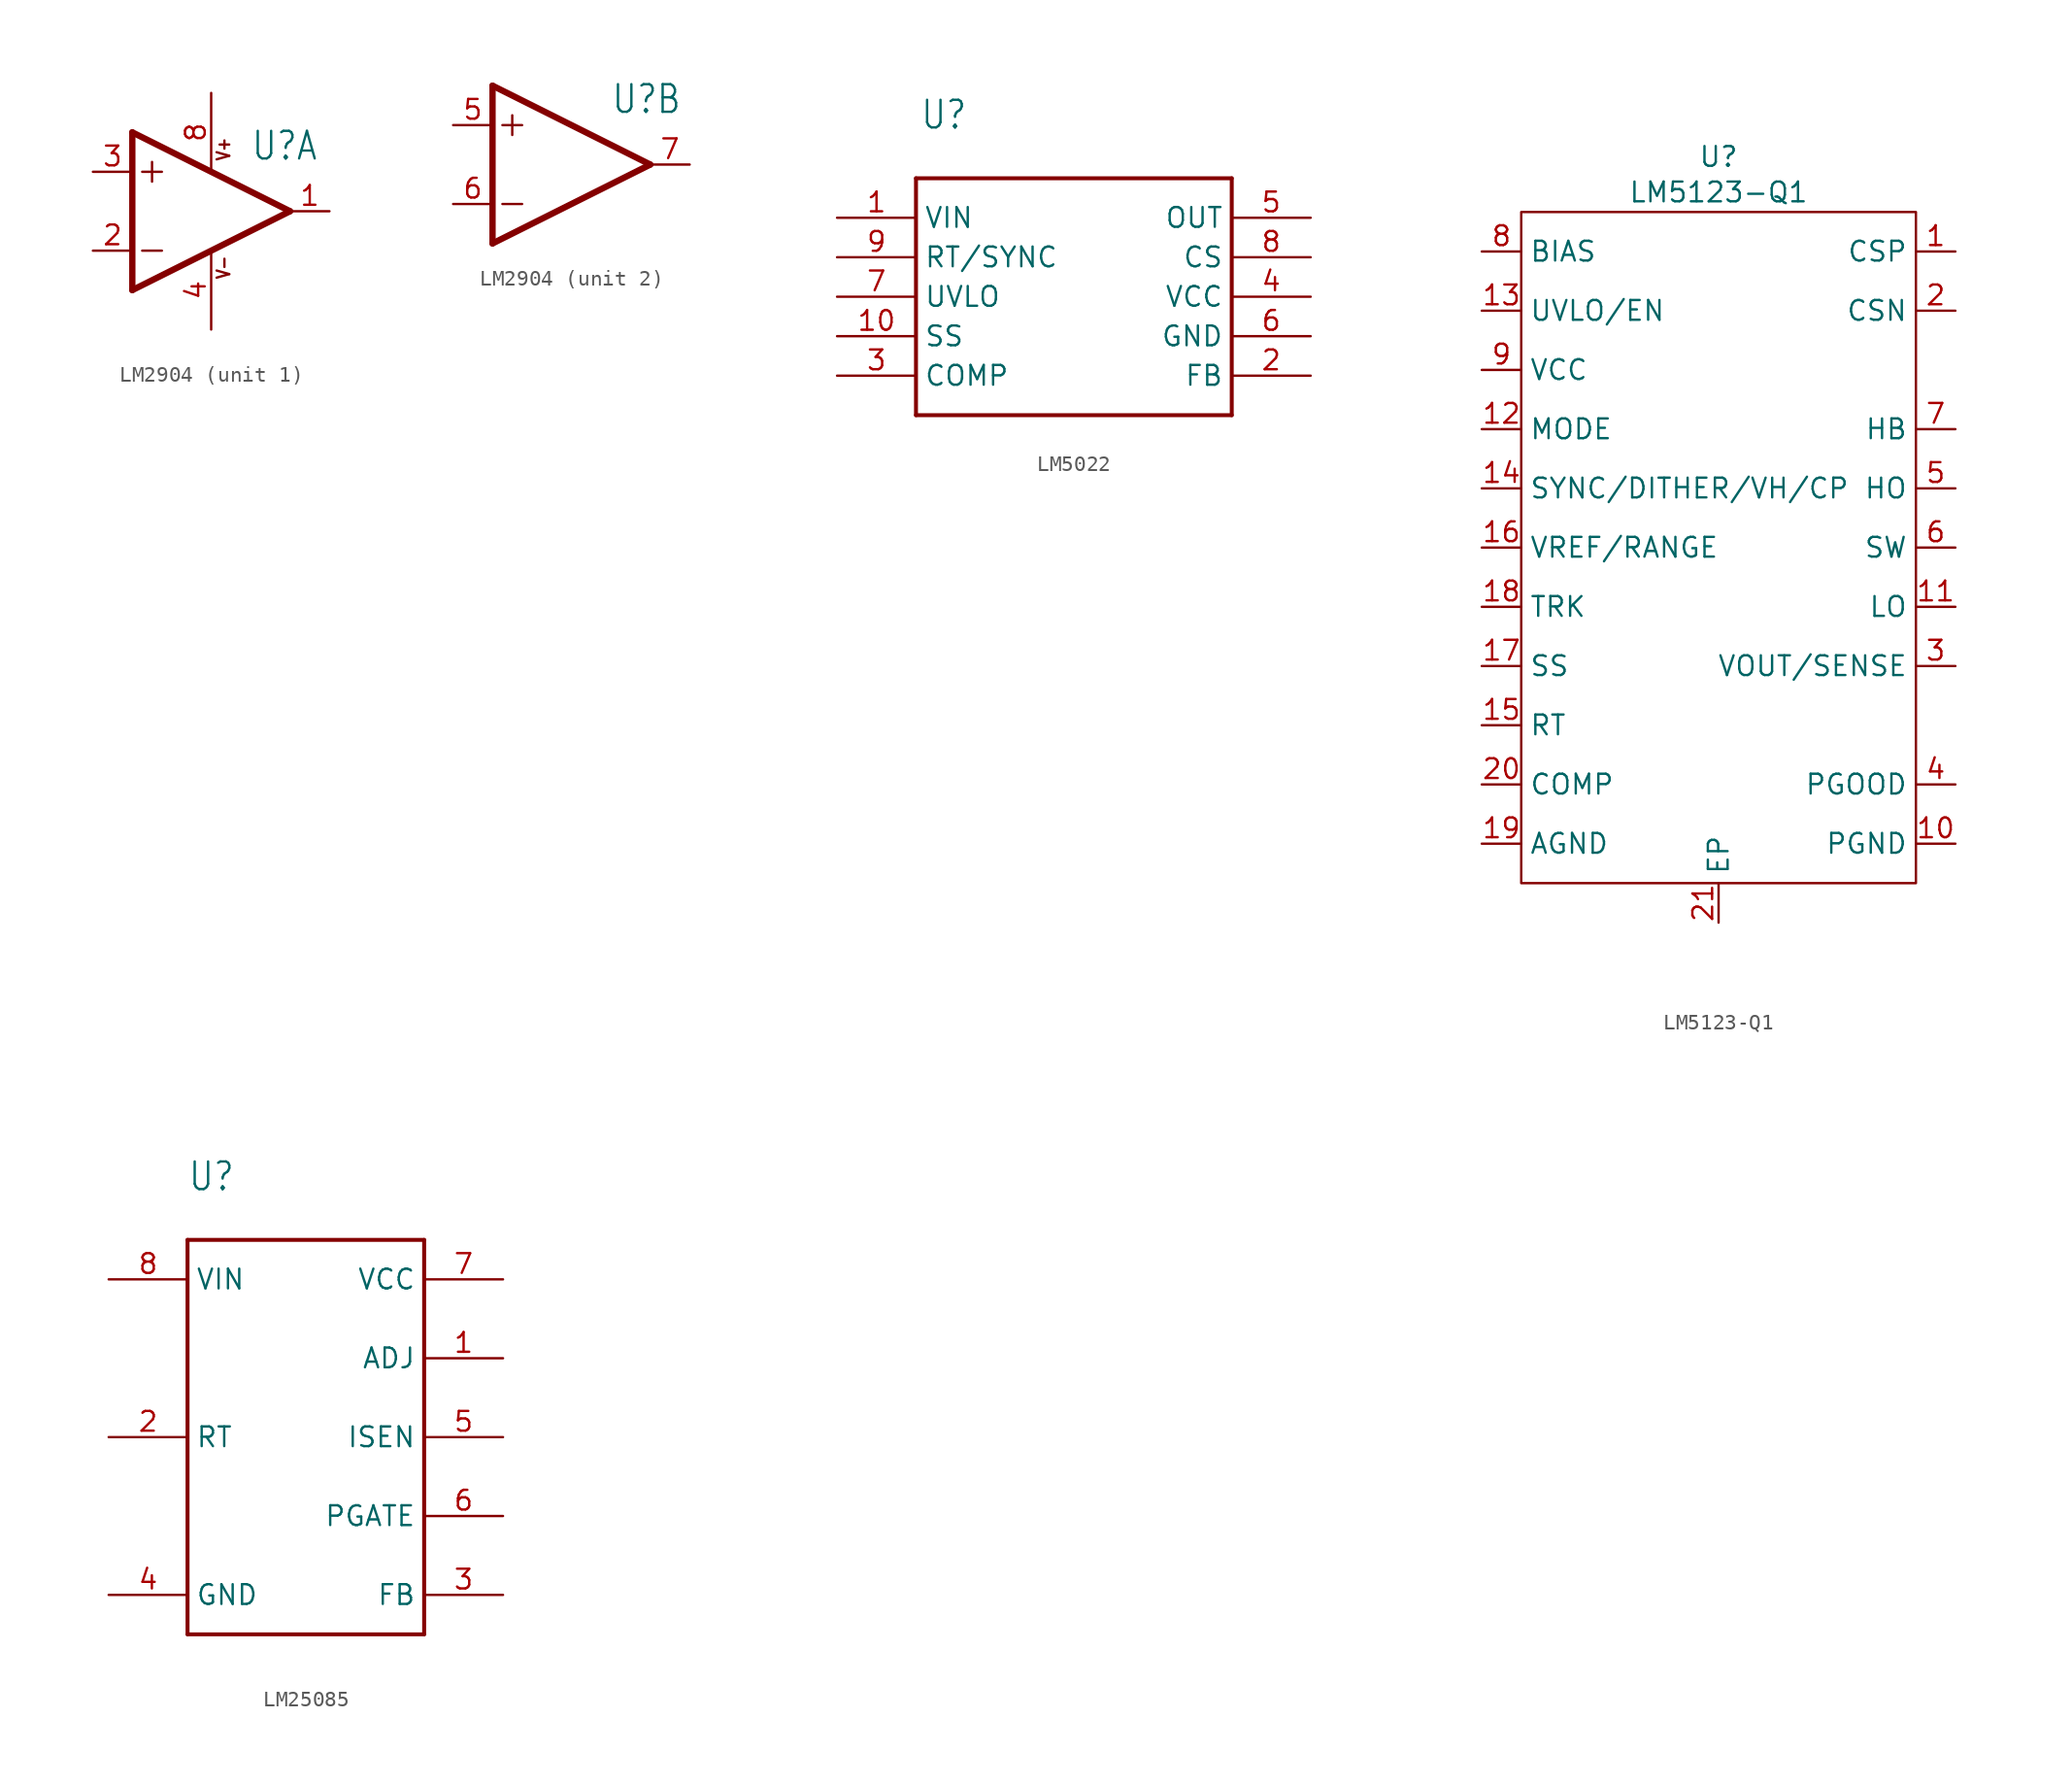
<source format=kicad_sym>
(kicad_symbol_lib
  (version 20231120)
  (generator "kicad_symbol_editor")
  (generator_version "8.0")
  (symbol "LM2904"
    (property "Reference" "U"
      (at 2.54 3.175 0)
      (effects (font (size 1.778 1.511)) (justify left bottom)))
    (property "Value" ""
      (at 2.54 -5.08 0)
      (effects (font (size 1.778 1.511)) (justify left bottom)))
    (property "ki_locked" ""
      (at 0 0 0)
      (effects (font (size 1.27 1.27))))
    (symbol "LM2904_1_0"
      (polyline (pts (xy -5.08 -5.08) (xy 5.08 0)) (stroke (width 0.406) (type solid)) (fill (type none)))
      (polyline (pts (xy -5.08 5.08) (xy -5.08 -5.08)) (stroke (width 0.406) (type solid)) (fill (type none)))
      (polyline (pts (xy -4.445 -2.54) (xy -3.175 -2.54)) (stroke (width 0.152) (type solid)) (fill (type none)))
      (polyline (pts (xy -4.445 2.54) (xy -3.175 2.54)) (stroke (width 0.152) (type solid)) (fill (type none)))
      (polyline (pts (xy -3.81 3.175) (xy -3.81 1.905)) (stroke (width 0.152) (type solid)) (fill (type none)))
      (polyline (pts (xy 5.08 0) (xy -5.08 5.08)) (stroke (width 0.406) (type solid)) (fill (type none)))
      (text "V+" (at 1.27 3.175 900) (effects (font (size 0.813 0.691)) (justify left bottom)))
      (text "V-" (at 1.27 -4.445 900) (effects (font (size 0.813 0.691)) (justify left bottom)))
      (pin output line (at 7.62 0 180) (length 2.54) (name "OUT" (effects (font (size 0 0)))) (number "1" (effects (font (size 1.27 1.27)))))
      (pin input line (at -7.62 -2.54 0) (length 2.54) (name "-IN" (effects (font (size 0 0)))) (number "2" (effects (font (size 1.27 1.27)))))
      (pin input line (at -7.62 2.54 0) (length 2.54) (name "+IN" (effects (font (size 0 0)))) (number "3" (effects (font (size 1.27 1.27)))))
      (pin power_in line (at 0 -7.62 90) (length 5.08) (name "V-" (effects (font (size 0 0)))) (number "4" (effects (font (size 1.27 1.27)))))
      (pin power_in line (at 0 7.62 270) (length 5.08) (name "V+" (effects (font (size 0 0)))) (number "8" (effects (font (size 1.27 1.27))))))
    (symbol "LM2904_2_0"
      (polyline (pts (xy -5.08 -5.08) (xy 5.08 0)) (stroke (width 0.406) (type solid)) (fill (type none)))
      (polyline (pts (xy -5.08 5.08) (xy -5.08 -5.08)) (stroke (width 0.406) (type solid)) (fill (type none)))
      (polyline (pts (xy -4.445 -2.54) (xy -3.175 -2.54)) (stroke (width 0.152) (type solid)) (fill (type none)))
      (polyline (pts (xy -4.445 2.54) (xy -3.175 2.54)) (stroke (width 0.152) (type solid)) (fill (type none)))
      (polyline (pts (xy -3.81 3.175) (xy -3.81 1.905)) (stroke (width 0.152) (type solid)) (fill (type none)))
      (polyline (pts (xy 5.08 0) (xy -5.08 5.08)) (stroke (width 0.406) (type solid)) (fill (type none)))
      (pin input line (at -7.62 2.54 0) (length 2.54) (name "+IN" (effects (font (size 0 0)))) (number "5" (effects (font (size 1.27 1.27)))))
      (pin input line (at -7.62 -2.54 0) (length 2.54) (name "-IN" (effects (font (size 0 0)))) (number "6" (effects (font (size 1.27 1.27)))))
      (pin output line (at 7.62 0 180) (length 2.54) (name "OUT" (effects (font (size 0 0)))) (number "7" (effects (font (size 1.27 1.27)))))))
  (symbol "LM5022"
    (property "Reference" "U"
      (at -9.906 10.668 0)
      (effects (font (size 1.778 1.511)) (justify left bottom)))
    (property "Value" ""
      (at -9.906 8.382 0)
      (effects (font (size 1.778 1.511)) (justify left bottom)))
    (property "ki_locked" ""
      (at 0 0 0)
      (effects (font (size 1.27 1.27))))
    (symbol "LM5022_1_0"
      (polyline (pts (xy -10.16 -7.62) (xy 10.16 -7.62)) (stroke (width 0.254) (type solid)) (fill (type none)))
      (polyline (pts (xy -10.16 7.62) (xy -10.16 -7.62)) (stroke (width 0.254) (type solid)) (fill (type none)))
      (polyline (pts (xy 10.16 -7.62) (xy 10.16 7.62)) (stroke (width 0.254) (type solid)) (fill (type none)))
      (polyline (pts (xy 10.16 7.62) (xy -10.16 7.62)) (stroke (width 0.254) (type solid)) (fill (type none)))
      (pin bidirectional line (at -15.24 5.08 0) (length 5.08) (name "VIN" (effects (font (size 1.27 1.27)))) (number "1" (effects (font (size 1.27 1.27)))))
      (pin bidirectional line (at -15.24 -2.54 0) (length 5.08) (name "SS" (effects (font (size 1.27 1.27)))) (number "10" (effects (font (size 1.27 1.27)))))
      (pin bidirectional line (at 15.24 -5.08 180) (length 5.08) (name "FB" (effects (font (size 1.27 1.27)))) (number "2" (effects (font (size 1.27 1.27)))))
      (pin bidirectional line (at -15.24 -5.08 0) (length 5.08) (name "COMP" (effects (font (size 1.27 1.27)))) (number "3" (effects (font (size 1.27 1.27)))))
      (pin bidirectional line (at 15.24 0 180) (length 5.08) (name "VCC" (effects (font (size 1.27 1.27)))) (number "4" (effects (font (size 1.27 1.27)))))
      (pin bidirectional line (at 15.24 5.08 180) (length 5.08) (name "OUT" (effects (font (size 1.27 1.27)))) (number "5" (effects (font (size 1.27 1.27)))))
      (pin bidirectional line (at 15.24 -2.54 180) (length 5.08) (name "GND" (effects (font (size 1.27 1.27)))) (number "6" (effects (font (size 1.27 1.27)))))
      (pin bidirectional line (at -15.24 0 0) (length 5.08) (name "UVLO" (effects (font (size 1.27 1.27)))) (number "7" (effects (font (size 1.27 1.27)))))
      (pin bidirectional line (at 15.24 2.54 180) (length 5.08) (name "CS" (effects (font (size 1.27 1.27)))) (number "8" (effects (font (size 1.27 1.27)))))
      (pin bidirectional line (at -15.24 2.54 0) (length 5.08) (name "RT/SYNC" (effects (font (size 1.27 1.27)))) (number "9" (effects (font (size 1.27 1.27)))))))
  (symbol "LM5123-Q1"
    (property "Reference" "U"
      (at 0 25.146 0)
      (effects (font (size 1.27 1.27))))
    (property "Value" "LM5123-Q1"
      (at 0 22.86 0)
      (effects (font (size 1.27 1.27))))
    (symbol "LM5123-Q1_0_0"
      (pin input line (at 15.24 19.05 180) (length 2.54) (name "CSP" (effects (font (size 1.27 1.27)))) (number "1" (effects (font (size 1.27 1.27)))))
      (pin power_in line (at 15.24 -19.05 180) (length 2.54) (name "PGND" (effects (font (size 1.27 1.27)))) (number "10" (effects (font (size 1.27 1.27)))))
      (pin output line (at 15.24 -3.81 180) (length 2.54) (name "LO" (effects (font (size 1.27 1.27)))) (number "11" (effects (font (size 1.27 1.27)))))
      (pin input line (at -15.24 7.62 0) (length 2.54) (name "MODE" (effects (font (size 1.27 1.27)))) (number "12" (effects (font (size 1.27 1.27)))))
      (pin input line (at -15.24 15.24 0) (length 2.54) (name "UVLO/EN" (effects (font (size 1.27 1.27)))) (number "13" (effects (font (size 1.27 1.27)))))
      (pin passive line (at -15.24 3.81 0) (length 2.54) (name "SYNC/DITHER/VH/CP" (effects (font (size 1.27 1.27)))) (number "14" (effects (font (size 1.27 1.27)))))
      (pin input line (at -15.24 -11.43 0) (length 2.54) (name "RT" (effects (font (size 1.27 1.27)))) (number "15" (effects (font (size 1.27 1.27)))))
      (pin passive line (at -15.24 0 0) (length 2.54) (name "VREF/RANGE" (effects (font (size 1.27 1.27)))) (number "16" (effects (font (size 1.27 1.27)))))
      (pin passive line (at -15.24 -7.62 0) (length 2.54) (name "SS" (effects (font (size 1.27 1.27)))) (number "17" (effects (font (size 1.27 1.27)))))
      (pin input line (at -15.24 -3.81 0) (length 2.54) (name "TRK" (effects (font (size 1.27 1.27)))) (number "18" (effects (font (size 1.27 1.27)))))
      (pin power_in line (at -15.24 -19.05 0) (length 2.54) (name "AGND" (effects (font (size 1.27 1.27)))) (number "19" (effects (font (size 1.27 1.27)))))
      (pin input line (at 15.24 15.24 180) (length 2.54) (name "CSN" (effects (font (size 1.27 1.27)))) (number "2" (effects (font (size 1.27 1.27)))))
      (pin output line (at -15.24 -15.24 0) (length 2.54) (name "COMP" (effects (font (size 1.27 1.27)))) (number "20" (effects (font (size 1.27 1.27)))))
      (pin passive line (at 0 -24.13 90) (length 2.54) (name "EP" (effects (font (size 1.27 1.27)))) (number "21" (effects (font (size 1.27 1.27)))))
      (pin input line (at 15.24 -7.62 180) (length 2.54) (name "VOUT/SENSE" (effects (font (size 1.27 1.27)))) (number "3" (effects (font (size 1.27 1.27)))))
      (pin open_collector line (at 15.24 -15.24 180) (length 2.54) (name "PGOOD" (effects (font (size 1.27 1.27)))) (number "4" (effects (font (size 1.27 1.27)))))
      (pin output line (at 15.24 3.81 180) (length 2.54) (name "HO" (effects (font (size 1.27 1.27)))) (number "5" (effects (font (size 1.27 1.27)))))
      (pin passive line (at 15.24 0 180) (length 2.54) (name "SW" (effects (font (size 1.27 1.27)))) (number "6" (effects (font (size 1.27 1.27)))))
      (pin passive line (at 15.24 7.62 180) (length 2.54) (name "HB" (effects (font (size 1.27 1.27)))) (number "7" (effects (font (size 1.27 1.27)))))
      (pin power_in line (at -15.24 19.05 0) (length 2.54) (name "BIAS" (effects (font (size 1.27 1.27)))) (number "8" (effects (font (size 1.27 1.27)))))
      (pin passive line (at -15.24 11.43 0) (length 2.54) (name "VCC" (effects (font (size 1.27 1.27)))) (number "9" (effects (font (size 1.27 1.27))))))
    (symbol "LM5123-Q1_0_1"
      (rectangle (start -12.7 -21.59) (end 12.7 21.59) (stroke (width 0) (type default)) (fill (type none)))))
  (symbol "LM25085"
    (property "Reference" "U"
      (at -7.62 15.748 0)
      (effects (font (size 1.778 1.511)) (justify left bottom)))
    (property "Value" ""
      (at -7.62 13.462 0)
      (effects (font (size 1.778 1.511)) (justify left bottom)))
    (property "ki_locked" ""
      (at 0 0 0)
      (effects (font (size 1.27 1.27))))
    (symbol "LM25085_1_0"
      (polyline (pts (xy -7.62 -12.7) (xy -7.62 12.7)) (stroke (width 0.254) (type solid)) (fill (type none)))
      (polyline (pts (xy -7.62 12.7) (xy 7.62 12.7)) (stroke (width 0.254) (type solid)) (fill (type none)))
      (polyline (pts (xy 7.62 -12.7) (xy -7.62 -12.7)) (stroke (width 0.254) (type solid)) (fill (type none)))
      (polyline (pts (xy 7.62 12.7) (xy 7.62 -12.7)) (stroke (width 0.254) (type solid)) (fill (type none)))
      (pin bidirectional line (at 12.7 5.08 180) (length 5.08) (name "ADJ" (effects (font (size 1.27 1.27)))) (number "1" (effects (font (size 1.27 1.27)))))
      (pin bidirectional line (at -12.7 0 0) (length 5.08) (name "RT" (effects (font (size 1.27 1.27)))) (number "2" (effects (font (size 1.27 1.27)))))
      (pin bidirectional line (at 12.7 -10.16 180) (length 5.08) (name "FB" (effects (font (size 1.27 1.27)))) (number "3" (effects (font (size 1.27 1.27)))))
      (pin bidirectional line (at -12.7 -10.16 0) (length 5.08) (name "GND" (effects (font (size 1.27 1.27)))) (number "4" (effects (font (size 1.27 1.27)))))
      (pin bidirectional line (at 12.7 0 180) (length 5.08) (name "ISEN" (effects (font (size 1.27 1.27)))) (number "5" (effects (font (size 1.27 1.27)))))
      (pin bidirectional line (at 12.7 -5.08 180) (length 5.08) (name "PGATE" (effects (font (size 1.27 1.27)))) (number "6" (effects (font (size 1.27 1.27)))))
      (pin bidirectional line (at 12.7 10.16 180) (length 5.08) (name "VCC" (effects (font (size 1.27 1.27)))) (number "7" (effects (font (size 1.27 1.27)))))
      (pin bidirectional line (at -12.7 10.16 0) (length 5.08) (name "VIN" (effects (font (size 1.27 1.27)))) (number "8" (effects (font (size 1.27 1.27))))))))
</source>
